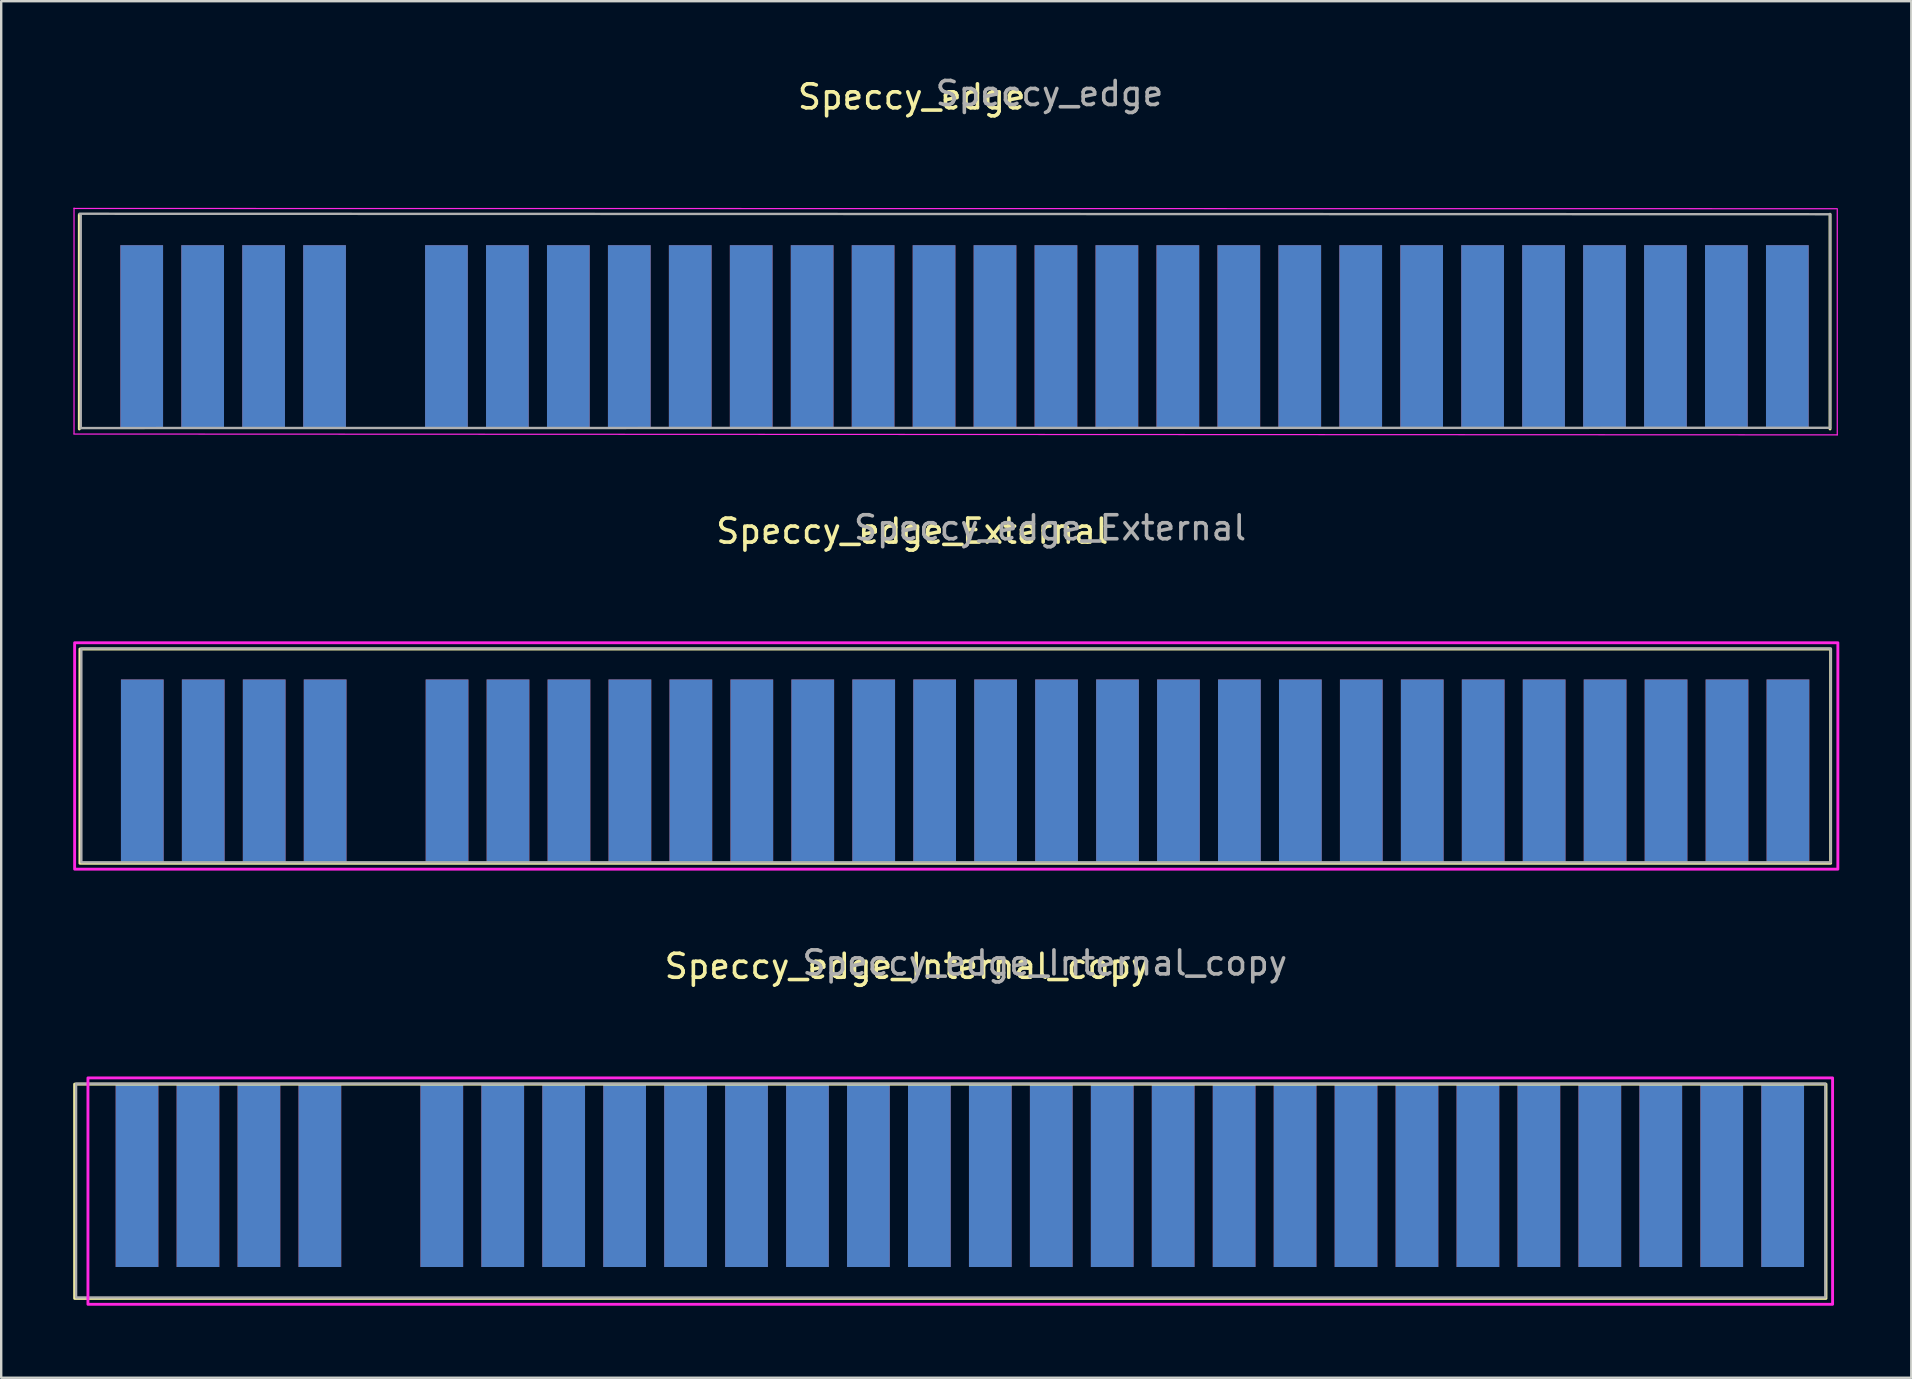
<source format=kicad_pcb>
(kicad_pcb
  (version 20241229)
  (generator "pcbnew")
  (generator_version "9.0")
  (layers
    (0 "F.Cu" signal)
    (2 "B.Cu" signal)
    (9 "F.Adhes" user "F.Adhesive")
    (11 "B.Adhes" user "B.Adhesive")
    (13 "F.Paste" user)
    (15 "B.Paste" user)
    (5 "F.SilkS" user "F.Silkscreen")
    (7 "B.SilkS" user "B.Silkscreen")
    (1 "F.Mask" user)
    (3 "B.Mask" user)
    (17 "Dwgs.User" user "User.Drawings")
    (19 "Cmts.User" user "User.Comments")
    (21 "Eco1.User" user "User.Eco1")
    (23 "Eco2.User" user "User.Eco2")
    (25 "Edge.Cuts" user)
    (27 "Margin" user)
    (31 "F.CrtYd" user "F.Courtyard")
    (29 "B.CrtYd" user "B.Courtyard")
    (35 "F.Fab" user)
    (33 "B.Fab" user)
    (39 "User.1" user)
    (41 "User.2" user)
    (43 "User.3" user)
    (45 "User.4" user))
  (footprint "Speccy_edge_Internal_copy"
    (layer "F.Cu")
    (at 38.22 47.21)
    (property "Reference" "Speccy_edge_Internal_copy" (at -3.47 -9.99 0) (layer "F.SilkS") (effects (font (size 1 1) (thickness 0.15))))
    (attr exclude_from_pos_files exclude_from_bom)
    (fp_rect (start -38.16 -5.08) (end 34.825 3.85) (stroke (width 0.12) (type solid)) (fill no) (layer "F.SilkS"))
    (fp_rect (start -37.605 -5.34) (end 35.1 4.095) (stroke (width 0.12) (type solid)) (fill no) (layer "F.CrtYd"))
    (fp_rect (start 34.8 3.81) (end -38.1 -5.1) (stroke (width 0.1) (type solid)) (fill no) (layer "F.Fab"))
    (fp_text user "${REFERENCE}" (at 2.27 -10.13 0) (layer "F.Fab") (effects (font (size 1 1) (thickness 0.15))))
    (pad "B1" connect rect (at -35.56 -1.27) (size 1.78 7.62) (layers "B.Cu" "B.Mask"))
    (pad "B2" connect rect (at -33.02 -1.27) (size 1.78 7.62) (layers "B.Cu" "B.Mask"))
    (pad "B3" connect rect (at -30.48 -1.27) (size 1.78 7.62) (layers "B.Cu" "B.Mask"))
    (pad "B4" connect rect (at -27.94 -1.27) (size 1.78 7.62) (layers "B.Cu" "B.Mask"))
    (pad "B6" connect rect (at -22.86 -1.27) (size 1.78 7.62) (layers "B.Cu" "B.Mask"))
    (pad "B7" connect rect (at -20.32 -1.27) (size 1.78 7.62) (layers "B.Cu" "B.Mask"))
    (pad "B8" connect rect (at -17.78 -1.27 180) (size 1.78 7.62) (layers "B.Cu" "B.Mask"))
    (pad "B9" connect rect (at -15.24 -1.27) (size 1.78 7.62) (layers "B.Cu" "B.Mask"))
    (pad "B10" connect rect (at -12.7 -1.27) (size 1.78 7.62) (layers "B.Cu" "B.Mask"))
    (pad "B11" connect rect (at -10.16 -1.27 180) (size 1.78 7.62) (layers "B.Cu" "B.Mask"))
    (pad "B12" connect rect (at -7.62 -1.27) (size 1.78 7.62) (layers "B.Cu" "B.Mask"))
    (pad "B13" connect rect (at -5.08 -1.27) (size 1.78 7.62) (layers "B.Cu" "B.Mask"))
    (pad "B14" connect rect (at -2.54 -1.27) (size 1.78 7.62) (layers "B.Cu" "B.Mask"))
    (pad "B15" connect rect (at 0 -1.27) (size 1.78 7.62) (layers "B.Cu" "B.Mask"))
    (pad "B16" connect rect (at 2.54 -1.27) (size 1.78 7.62) (layers "B.Cu" "B.Mask"))
    (pad "B17" connect rect (at 5.08 -1.27) (size 1.78 7.62) (layers "B.Cu" "B.Mask"))
    (pad "B18" connect rect (at 7.62 -1.27) (size 1.78 7.62) (layers "B.Cu" "B.Mask"))
    (pad "B19" connect rect (at 10.16 -1.27) (size 1.78 7.62) (layers "B.Cu" "B.Mask"))
    (pad "B20" connect rect (at 12.7 -1.27) (size 1.78 7.62) (layers "B.Cu" "B.Mask"))
    (pad "B21" connect rect (at 15.24 -1.27) (size 1.78 7.62) (layers "B.Cu" "B.Mask"))
    (pad "B22" connect rect (at 17.78 -1.27) (size 1.78 7.62) (layers "B.Cu" "B.Mask"))
    (pad "B23" connect rect (at 20.32 -1.27) (size 1.78 7.62) (layers "B.Cu" "B.Mask"))
    (pad "B24" connect rect (at 22.86 -1.27) (size 1.78 7.62) (layers "B.Cu" "B.Mask"))
    (pad "B25" connect rect (at 25.4 -1.27) (size 1.78 7.62) (layers "B.Cu" "B.Mask"))
    (pad "B26" connect rect (at 27.94 -1.27) (size 1.78 7.62) (layers "B.Cu" "B.Mask"))
    (pad "B27" connect rect (at 30.48 -1.27) (size 1.78 7.62) (layers "B.Cu" "B.Mask"))
    (pad "B28" connect rect (at 33.02 -1.27) (size 1.78 7.62) (layers "B.Cu" "B.Mask"))
    (pad "U1" connect rect (at -35.56 -1.27) (size 1.78 7.62) (layers "F.Cu" "F.Mask"))
    (pad "U2" connect rect (at -33.02 -1.27) (size 1.78 7.62) (layers "F.Cu" "F.Mask"))
    (pad "U3" connect rect (at -30.48 -1.27) (size 1.78 7.62) (layers "F.Cu" "F.Mask"))
    (pad "U4" connect rect (at -27.94 -1.27) (size 1.78 7.62) (layers "F.Cu" "F.Mask"))
    (pad "U6" connect rect (at -22.86 -1.27) (size 1.78 7.62) (layers "F.Cu" "F.Mask"))
    (pad "U7" connect rect (at -20.32 -1.27) (size 1.78 7.62) (layers "F.Cu" "F.Mask"))
    (pad "U8" connect rect (at -17.78 -1.27) (size 1.78 7.62) (layers "F.Cu" "F.Mask"))
    (pad "U9" connect rect (at -15.24 -1.27) (size 1.78 7.62) (layers "F.Cu" "F.Mask"))
    (pad "U10" connect rect (at -12.7 -1.27) (size 1.78 7.62) (layers "F.Cu" "F.Mask"))
    (pad "U11" connect rect (at -10.16 -1.27) (size 1.78 7.62) (layers "F.Cu" "F.Mask"))
    (pad "U12" connect rect (at -7.62 -1.27) (size 1.78 7.62) (layers "F.Cu" "F.Mask"))
    (pad "U13" connect rect (at -5.08 -1.27) (size 1.78 7.62) (layers "F.Cu" "F.Mask"))
    (pad "U14" connect rect (at -2.54 -1.27) (size 1.78 7.62) (layers "F.Cu" "F.Mask"))
    (pad "U15" connect rect (at 0 -1.27) (size 1.78 7.62) (layers "F.Cu" "F.Mask"))
    (pad "U16" connect rect (at 2.54 -1.27) (size 1.78 7.62) (layers "F.Cu" "F.Mask"))
    (pad "U17" connect rect (at 5.08 -1.27) (size 1.78 7.62) (layers "F.Cu" "F.Mask"))
    (pad "U18" connect rect (at 7.62 -1.27) (size 1.78 7.62) (layers "F.Cu" "F.Mask"))
    (pad "U19" connect rect (at 10.16 -1.27) (size 1.78 7.62) (layers "F.Cu" "F.Mask"))
    (pad "U20" connect rect (at 12.7 -1.27) (size 1.78 7.62) (layers "F.Cu" "F.Mask"))
    (pad "U21" connect rect (at 15.24 -1.27) (size 1.78 7.62) (layers "F.Cu" "F.Mask"))
    (pad "U22" connect rect (at 17.78 -1.27) (size 1.78 7.62) (layers "F.Cu" "F.Mask"))
    (pad "U23" connect rect (at 20.32 -1.27) (size 1.78 7.62) (layers "F.Cu" "F.Mask"))
    (pad "U24" connect rect (at 22.86 -1.27) (size 1.78 7.62) (layers "F.Cu" "F.Mask"))
    (pad "U25" connect rect (at 25.4 -1.27) (size 1.78 7.62) (layers "F.Cu" "F.Mask"))
    (pad "U26" connect rect (at 27.94 -1.27) (size 1.78 7.62) (layers "F.Cu" "F.Mask"))
    (pad "U27" connect rect (at 30.48 -1.27 180) (size 1.78 7.62) (layers "F.Cu" "F.Mask"))
    (pad "U28" connect rect (at 33.02 -1.27) (size 1.78 7.62) (layers "F.Cu" "F.Mask")))
  (footprint "Speccy_edge"
    (layer "F.Cu")
    (at 38.415 10.978)
    (property "Reference" "Speccy_edge" (at -3.47 -9.99 0) (layer "F.SilkS") (effects (font (size 1 1) (thickness 0.15))))
    (attr exclude_from_pos_files exclude_from_bom)
    (fp_line (start -38.16 -5.08) (end -38.16 3.85) (stroke (width 0.12) (type solid)) (layer "F.SilkS"))
    (fp_line (start 34.8 3.85) (end 34.8 -5.1) (stroke (width 0.12) (type solid)) (layer "F.SilkS"))
    (fp_line (start -38.38 -5.355) (end -38.38 4.035) (stroke (width 0.05) (type solid)) (layer "F.CrtYd"))
    (fp_line (start -38.38 -5.34) (end 35.1 -5.33) (stroke (width 0.05) (type solid)) (layer "F.CrtYd"))
    (fp_line (start 35.1 4.095) (end -38.39 4.06) (stroke (width 0.05) (type solid)) (layer "F.CrtYd"))
    (fp_line (start 35.1 4.095) (end 35.1 -5.295) (stroke (width 0.05) (type solid)) (layer "F.CrtYd"))
    (fp_line (start -38.15 -5.12) (end 34.8 -5.1) (stroke (width 0.1) (type solid)) (layer "F.Fab"))
    (fp_line (start -38.1 3.81) (end -38.1 -5.08) (stroke (width 0.1) (type solid)) (layer "F.Fab"))
    (fp_line (start 34.8 -5.08) (end 34.8 3.81) (stroke (width 0.1) (type solid)) (layer "F.Fab"))
    (fp_line (start 34.8 3.8) (end -38.1 3.81) (stroke (width 0.1) (type solid)) (layer "F.Fab"))
    (fp_text user "${REFERENCE}" (at 2.27 -10.13 0) (layer "F.Fab") (effects (font (size 1 1) (thickness 0.15))))
    (pad "B1" connect rect (at -35.56 0) (size 1.78 7.62) (layers "B.Cu" "B.Mask"))
    (pad "B2" connect rect (at -33.02 0) (size 1.78 7.62) (layers "B.Cu" "B.Mask"))
    (pad "B3" connect rect (at -30.48 0) (size 1.78 7.62) (layers "B.Cu" "B.Mask"))
    (pad "B4" connect rect (at -27.94 0) (size 1.78 7.62) (layers "B.Cu" "B.Mask"))
    (pad "B6" connect rect (at -22.86 0) (size 1.78 7.62) (layers "B.Cu" "B.Mask"))
    (pad "B7" connect rect (at -20.32 0) (size 1.78 7.62) (layers "B.Cu" "B.Mask"))
    (pad "B8" connect rect (at -17.78 0 180) (size 1.78 7.62) (layers "B.Cu" "B.Mask"))
    (pad "B9" connect rect (at -15.24 0) (size 1.78 7.62) (layers "B.Cu" "B.Mask"))
    (pad "B10" connect rect (at -12.7 0) (size 1.78 7.62) (layers "B.Cu" "B.Mask"))
    (pad "B11" connect rect (at -10.16 0 180) (size 1.78 7.62) (layers "B.Cu" "B.Mask"))
    (pad "B12" connect rect (at -7.62 0) (size 1.78 7.62) (layers "B.Cu" "B.Mask"))
    (pad "B13" connect rect (at -5.08 0) (size 1.78 7.62) (layers "B.Cu" "B.Mask"))
    (pad "B14" connect rect (at -2.54 0) (size 1.78 7.62) (layers "B.Cu" "B.Mask"))
    (pad "B15" connect rect (at 0 0) (size 1.78 7.62) (layers "B.Cu" "B.Mask"))
    (pad "B16" connect rect (at 2.54 0) (size 1.78 7.62) (layers "B.Cu" "B.Mask"))
    (pad "B17" connect rect (at 5.08 0) (size 1.78 7.62) (layers "B.Cu" "B.Mask"))
    (pad "B18" connect rect (at 7.62 0) (size 1.78 7.62) (layers "B.Cu" "B.Mask"))
    (pad "B19" connect rect (at 10.16 0) (size 1.78 7.62) (layers "B.Cu" "B.Mask"))
    (pad "B20" connect rect (at 12.7 0) (size 1.78 7.62) (layers "B.Cu" "B.Mask"))
    (pad "B21" connect rect (at 15.24 0) (size 1.78 7.62) (layers "B.Cu" "B.Mask"))
    (pad "B22" connect rect (at 17.78 0) (size 1.78 7.62) (layers "B.Cu" "B.Mask"))
    (pad "B23" connect rect (at 20.32 0) (size 1.78 7.62) (layers "B.Cu" "B.Mask"))
    (pad "B24" connect rect (at 22.86 0) (size 1.78 7.62) (layers "B.Cu" "B.Mask"))
    (pad "B25" connect rect (at 25.4 0) (size 1.78 7.62) (layers "B.Cu" "B.Mask"))
    (pad "B26" connect rect (at 27.94 0) (size 1.78 7.62) (layers "B.Cu" "B.Mask"))
    (pad "B27" connect rect (at 30.48 0) (size 1.78 7.62) (layers "B.Cu" "B.Mask"))
    (pad "B28" connect rect (at 33.02 0) (size 1.78 7.62) (layers "B.Cu" "B.Mask"))
    (pad "U1" connect rect (at -35.56 0) (size 1.78 7.62) (layers "F.Cu" "F.Mask"))
    (pad "U2" connect rect (at -33.02 0) (size 1.78 7.62) (layers "F.Cu" "F.Mask"))
    (pad "U3" connect rect (at -30.48 0) (size 1.78 7.62) (layers "F.Cu" "F.Mask"))
    (pad "U4" connect rect (at -27.94 0) (size 1.78 7.62) (layers "F.Cu" "F.Mask"))
    (pad "U6" connect rect (at -22.86 0) (size 1.78 7.62) (layers "F.Cu" "F.Mask"))
    (pad "U7" connect rect (at -20.32 0) (size 1.78 7.62) (layers "F.Cu" "F.Mask"))
    (pad "U8" connect rect (at -17.78 0) (size 1.78 7.62) (layers "F.Cu" "F.Mask"))
    (pad "U9" connect rect (at -15.24 0) (size 1.78 7.62) (layers "F.Cu" "F.Mask"))
    (pad "U10" connect rect (at -12.7 0) (size 1.78 7.62) (layers "F.Cu" "F.Mask"))
    (pad "U11" connect rect (at -10.16 0) (size 1.78 7.62) (layers "F.Cu" "F.Mask"))
    (pad "U12" connect rect (at -7.62 0) (size 1.78 7.62) (layers "F.Cu" "F.Mask"))
    (pad "U13" connect rect (at -5.08 0) (size 1.78 7.62) (layers "F.Cu" "F.Mask"))
    (pad "U14" connect rect (at -2.54 0) (size 1.78 7.62) (layers "F.Cu" "F.Mask"))
    (pad "U15" connect rect (at 0 0) (size 1.78 7.62) (layers "F.Cu" "F.Mask"))
    (pad "U16" connect rect (at 2.54 0) (size 1.78 7.62) (layers "F.Cu" "F.Mask"))
    (pad "U17" connect rect (at 5.08 0) (size 1.78 7.62) (layers "F.Cu" "F.Mask"))
    (pad "U18" connect rect (at 7.62 0) (size 1.78 7.62) (layers "F.Cu" "F.Mask"))
    (pad "U19" connect rect (at 10.16 0) (size 1.78 7.62) (layers "F.Cu" "F.Mask"))
    (pad "U20" connect rect (at 12.7 0) (size 1.78 7.62) (layers "F.Cu" "F.Mask"))
    (pad "U21" connect rect (at 15.24 0) (size 1.78 7.62) (layers "F.Cu" "F.Mask"))
    (pad "U22" connect rect (at 17.78 0) (size 1.78 7.62) (layers "F.Cu" "F.Mask"))
    (pad "U23" connect rect (at 20.32 0) (size 1.78 7.62) (layers "F.Cu" "F.Mask"))
    (pad "U24" connect rect (at 22.86 0) (size 1.78 7.62) (layers "F.Cu" "F.Mask"))
    (pad "U25" connect rect (at 25.4 0) (size 1.78 7.62) (layers "F.Cu" "F.Mask"))
    (pad "U26" connect rect (at 27.94 0) (size 1.78 7.62) (layers "F.Cu" "F.Mask"))
    (pad "U27" connect rect (at 30.48 0 180) (size 1.78 7.62) (layers "F.Cu" "F.Mask"))
    (pad "U28" connect rect (at 33.02 0) (size 1.78 7.62) (layers "F.Cu" "F.Mask")))
  (footprint "Speccy_edge_External"
    (layer "F.Cu")
    (at 38.44 29.076)
    (property "Reference" "Speccy_edge_External" (at -3.47 -9.99 0) (layer "F.SilkS") (effects (font (size 1 1) (thickness 0.15))))
    (attr exclude_from_pos_files exclude_from_bom)
    (fp_rect (start 34.8 3.85) (end -38.16 -5.08) (stroke (width 0.12) (type solid)) (fill no) (layer "F.SilkS"))
    (fp_rect (start -38.38 -5.34) (end 35.1 4.095) (stroke (width 0.12) (type solid)) (fill no) (layer "F.CrtYd"))
    (fp_rect (start 34.8 -5.1) (end -38.1 3.81) (stroke (width 0.1) (type solid)) (fill no) (layer "F.Fab"))
    (fp_text user "${REFERENCE}" (at 2.27 -10.13 0) (layer "F.Fab") (effects (font (size 1 1) (thickness 0.15))))
    (pad "B1" connect rect (at -35.56 0) (size 1.78 7.62) (layers "B.Cu" "B.Mask"))
    (pad "B2" connect rect (at -33.02 0) (size 1.78 7.62) (layers "B.Cu" "B.Mask"))
    (pad "B3" connect rect (at -30.48 0) (size 1.78 7.62) (layers "B.Cu" "B.Mask"))
    (pad "B4" connect rect (at -27.94 0) (size 1.78 7.62) (layers "B.Cu" "B.Mask"))
    (pad "B6" connect rect (at -22.86 0) (size 1.78 7.62) (layers "B.Cu" "B.Mask"))
    (pad "B7" connect rect (at -20.32 0) (size 1.78 7.62) (layers "B.Cu" "B.Mask"))
    (pad "B8" connect rect (at -17.78 0 180) (size 1.78 7.62) (layers "B.Cu" "B.Mask"))
    (pad "B9" connect rect (at -15.24 0) (size 1.78 7.62) (layers "B.Cu" "B.Mask"))
    (pad "B10" connect rect (at -12.7 0) (size 1.78 7.62) (layers "B.Cu" "B.Mask"))
    (pad "B11" connect rect (at -10.16 0 180) (size 1.78 7.62) (layers "B.Cu" "B.Mask"))
    (pad "B12" connect rect (at -7.62 0) (size 1.78 7.62) (layers "B.Cu" "B.Mask"))
    (pad "B13" connect rect (at -5.08 0) (size 1.78 7.62) (layers "B.Cu" "B.Mask"))
    (pad "B14" connect rect (at -2.54 0) (size 1.78 7.62) (layers "B.Cu" "B.Mask"))
    (pad "B15" connect rect (at 0 0) (size 1.78 7.62) (layers "B.Cu" "B.Mask"))
    (pad "B16" connect rect (at 2.54 0) (size 1.78 7.62) (layers "B.Cu" "B.Mask"))
    (pad "B17" connect rect (at 5.08 0) (size 1.78 7.62) (layers "B.Cu" "B.Mask"))
    (pad "B18" connect rect (at 7.62 0) (size 1.78 7.62) (layers "B.Cu" "B.Mask"))
    (pad "B19" connect rect (at 10.16 0) (size 1.78 7.62) (layers "B.Cu" "B.Mask"))
    (pad "B20" connect rect (at 12.7 0) (size 1.78 7.62) (layers "B.Cu" "B.Mask"))
    (pad "B21" connect rect (at 15.24 0) (size 1.78 7.62) (layers "B.Cu" "B.Mask"))
    (pad "B22" connect rect (at 17.78 0) (size 1.78 7.62) (layers "B.Cu" "B.Mask"))
    (pad "B23" connect rect (at 20.32 0) (size 1.78 7.62) (layers "B.Cu" "B.Mask"))
    (pad "B24" connect rect (at 22.86 0) (size 1.78 7.62) (layers "B.Cu" "B.Mask"))
    (pad "B25" connect rect (at 25.4 0) (size 1.78 7.62) (layers "B.Cu" "B.Mask"))
    (pad "B26" connect rect (at 27.94 0) (size 1.78 7.62) (layers "B.Cu" "B.Mask"))
    (pad "B27" connect rect (at 30.48 0) (size 1.78 7.62) (layers "B.Cu" "B.Mask"))
    (pad "B28" connect rect (at 33.02 0) (size 1.78 7.62) (layers "B.Cu" "B.Mask"))
    (pad "U1" connect rect (at -35.56 0) (size 1.78 7.62) (layers "F.Cu" "F.Mask"))
    (pad "U2" connect rect (at -33.02 0) (size 1.78 7.62) (layers "F.Cu" "F.Mask"))
    (pad "U3" connect rect (at -30.48 0) (size 1.78 7.62) (layers "F.Cu" "F.Mask"))
    (pad "U4" connect rect (at -27.94 0) (size 1.78 7.62) (layers "F.Cu" "F.Mask"))
    (pad "U6" connect rect (at -22.86 0) (size 1.78 7.62) (layers "F.Cu" "F.Mask"))
    (pad "U7" connect rect (at -20.32 0) (size 1.78 7.62) (layers "F.Cu" "F.Mask"))
    (pad "U8" connect rect (at -17.78 0) (size 1.78 7.62) (layers "F.Cu" "F.Mask"))
    (pad "U9" connect rect (at -15.24 0) (size 1.78 7.62) (layers "F.Cu" "F.Mask"))
    (pad "U10" connect rect (at -12.7 0) (size 1.78 7.62) (layers "F.Cu" "F.Mask"))
    (pad "U11" connect rect (at -10.16 0) (size 1.78 7.62) (layers "F.Cu" "F.Mask"))
    (pad "U12" connect rect (at -7.62 0) (size 1.78 7.62) (layers "F.Cu" "F.Mask"))
    (pad "U13" connect rect (at -5.08 0) (size 1.78 7.62) (layers "F.Cu" "F.Mask"))
    (pad "U14" connect rect (at -2.54 0) (size 1.78 7.62) (layers "F.Cu" "F.Mask"))
    (pad "U15" connect rect (at 0 0) (size 1.78 7.62) (layers "F.Cu" "F.Mask"))
    (pad "U16" connect rect (at 2.54 0) (size 1.78 7.62) (layers "F.Cu" "F.Mask"))
    (pad "U17" connect rect (at 5.08 0) (size 1.78 7.62) (layers "F.Cu" "F.Mask"))
    (pad "U18" connect rect (at 7.62 0) (size 1.78 7.62) (layers "F.Cu" "F.Mask"))
    (pad "U19" connect rect (at 10.16 0) (size 1.78 7.62) (layers "F.Cu" "F.Mask"))
    (pad "U20" connect rect (at 12.7 0) (size 1.78 7.62) (layers "F.Cu" "F.Mask"))
    (pad "U21" connect rect (at 15.24 0) (size 1.78 7.62) (layers "F.Cu" "F.Mask"))
    (pad "U22" connect rect (at 17.78 0) (size 1.78 7.62) (layers "F.Cu" "F.Mask"))
    (pad "U23" connect rect (at 20.32 0) (size 1.78 7.62) (layers "F.Cu" "F.Mask"))
    (pad "U24" connect rect (at 22.86 0) (size 1.78 7.62) (layers "F.Cu" "F.Mask"))
    (pad "U25" connect rect (at 25.4 0) (size 1.78 7.62) (layers "F.Cu" "F.Mask"))
    (pad "U26" connect rect (at 27.94 0) (size 1.78 7.62) (layers "F.Cu" "F.Mask"))
    (pad "U27" connect rect (at 30.48 0 180) (size 1.78 7.62) (layers "F.Cu" "F.Mask"))
    (pad "U28" connect rect (at 33.02 0) (size 1.78 7.62) (layers "F.Cu" "F.Mask")))
  (gr_rect
    (start -3 -3)
    (end 76.6 54.365)
    (stroke (width 0.1) (type default))
    (fill no)
    (layer "Edge.Cuts")))
</source>
